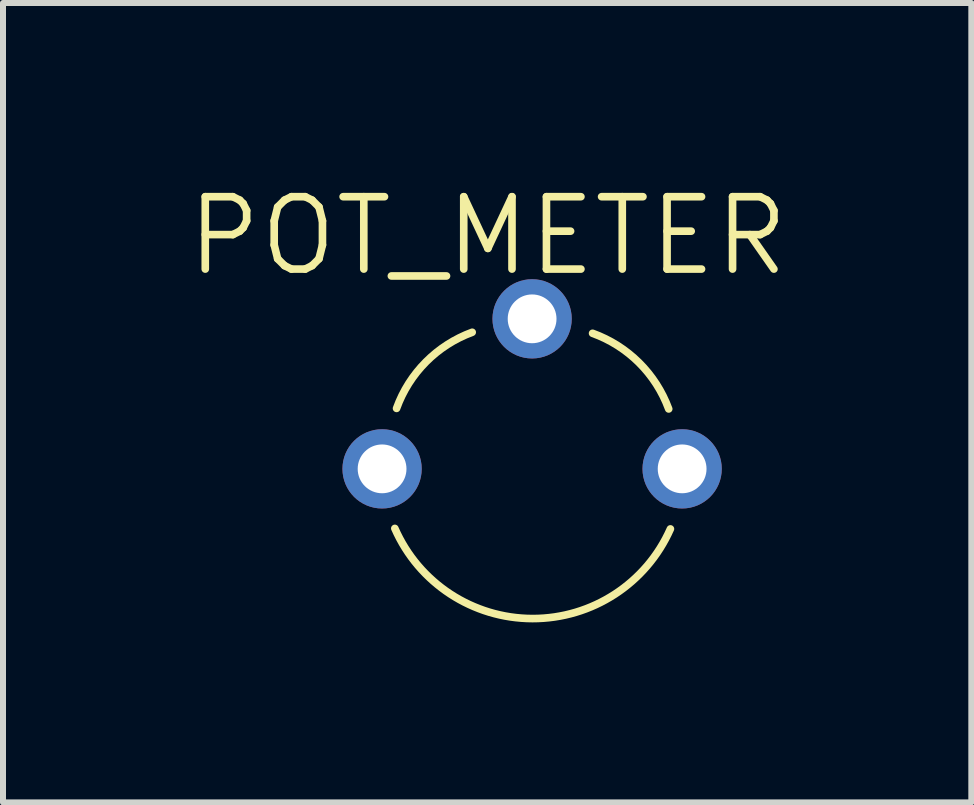
<source format=kicad_pcb>
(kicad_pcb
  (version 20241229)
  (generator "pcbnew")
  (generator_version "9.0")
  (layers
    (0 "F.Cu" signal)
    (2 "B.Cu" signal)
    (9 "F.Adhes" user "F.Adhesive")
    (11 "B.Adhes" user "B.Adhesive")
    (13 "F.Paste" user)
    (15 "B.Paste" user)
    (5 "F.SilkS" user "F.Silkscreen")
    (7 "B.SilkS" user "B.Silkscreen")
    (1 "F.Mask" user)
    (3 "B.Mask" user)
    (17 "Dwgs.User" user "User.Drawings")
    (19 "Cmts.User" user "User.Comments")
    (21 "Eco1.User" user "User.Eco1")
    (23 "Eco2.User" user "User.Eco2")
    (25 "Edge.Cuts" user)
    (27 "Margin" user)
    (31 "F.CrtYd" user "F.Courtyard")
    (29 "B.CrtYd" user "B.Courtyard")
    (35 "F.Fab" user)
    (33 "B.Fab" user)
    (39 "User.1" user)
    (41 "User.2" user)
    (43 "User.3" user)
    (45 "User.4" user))
  (footprint "POT_METER"
    (layer "F.Cu")
    (at 5.817 4.763)
    (property "Reference" "POT_METER" (at -5.817 -3.175 0) (layer "F.SilkS") (effects (font (size 1.206 1.206) (thickness 0.127)) (justify left bottom)))
    (attr through_hole)
    (fp_arc (start -2.258872 -1.007683) (mid -1.76926 -1.781675) (end -0.998418 -2.276231) (stroke (width 0.127) (type solid)) (layer "F.SilkS"))
    (fp_arc (start 1.007683 -2.258872) (mid 1.781675 -1.76926) (end 2.276231 -0.998418) (stroke (width 0.127) (type solid)) (layer "F.SilkS"))
    (fp_arc (start 2.304599 1.000792) (mid 0.005755 2.494872) (end -2.287646 0.99245) (stroke (width 0.127) (type solid)) (layer "F.SilkS"))
    (pad "A" thru_hole circle (at -2.5 0) (size 1.321 1.321) (drill 0.813) (layers "*.Cu" "*.Mask"))
    (pad "E" thru_hole circle (at 2.5 0) (size 1.321 1.321) (drill 0.813) (layers "*.Cu" "*.Mask"))
    (pad "S" thru_hole circle (at 0 -2.5) (size 1.321 1.321) (drill 0.813) (layers "*.Cu" "*.Mask")))
  (gr_rect
    (start -3 -3)
    (end 13.136 10.321)
    (stroke (width 0.1) (type default))
    (fill no)
    (layer "Edge.Cuts")))
</source>
